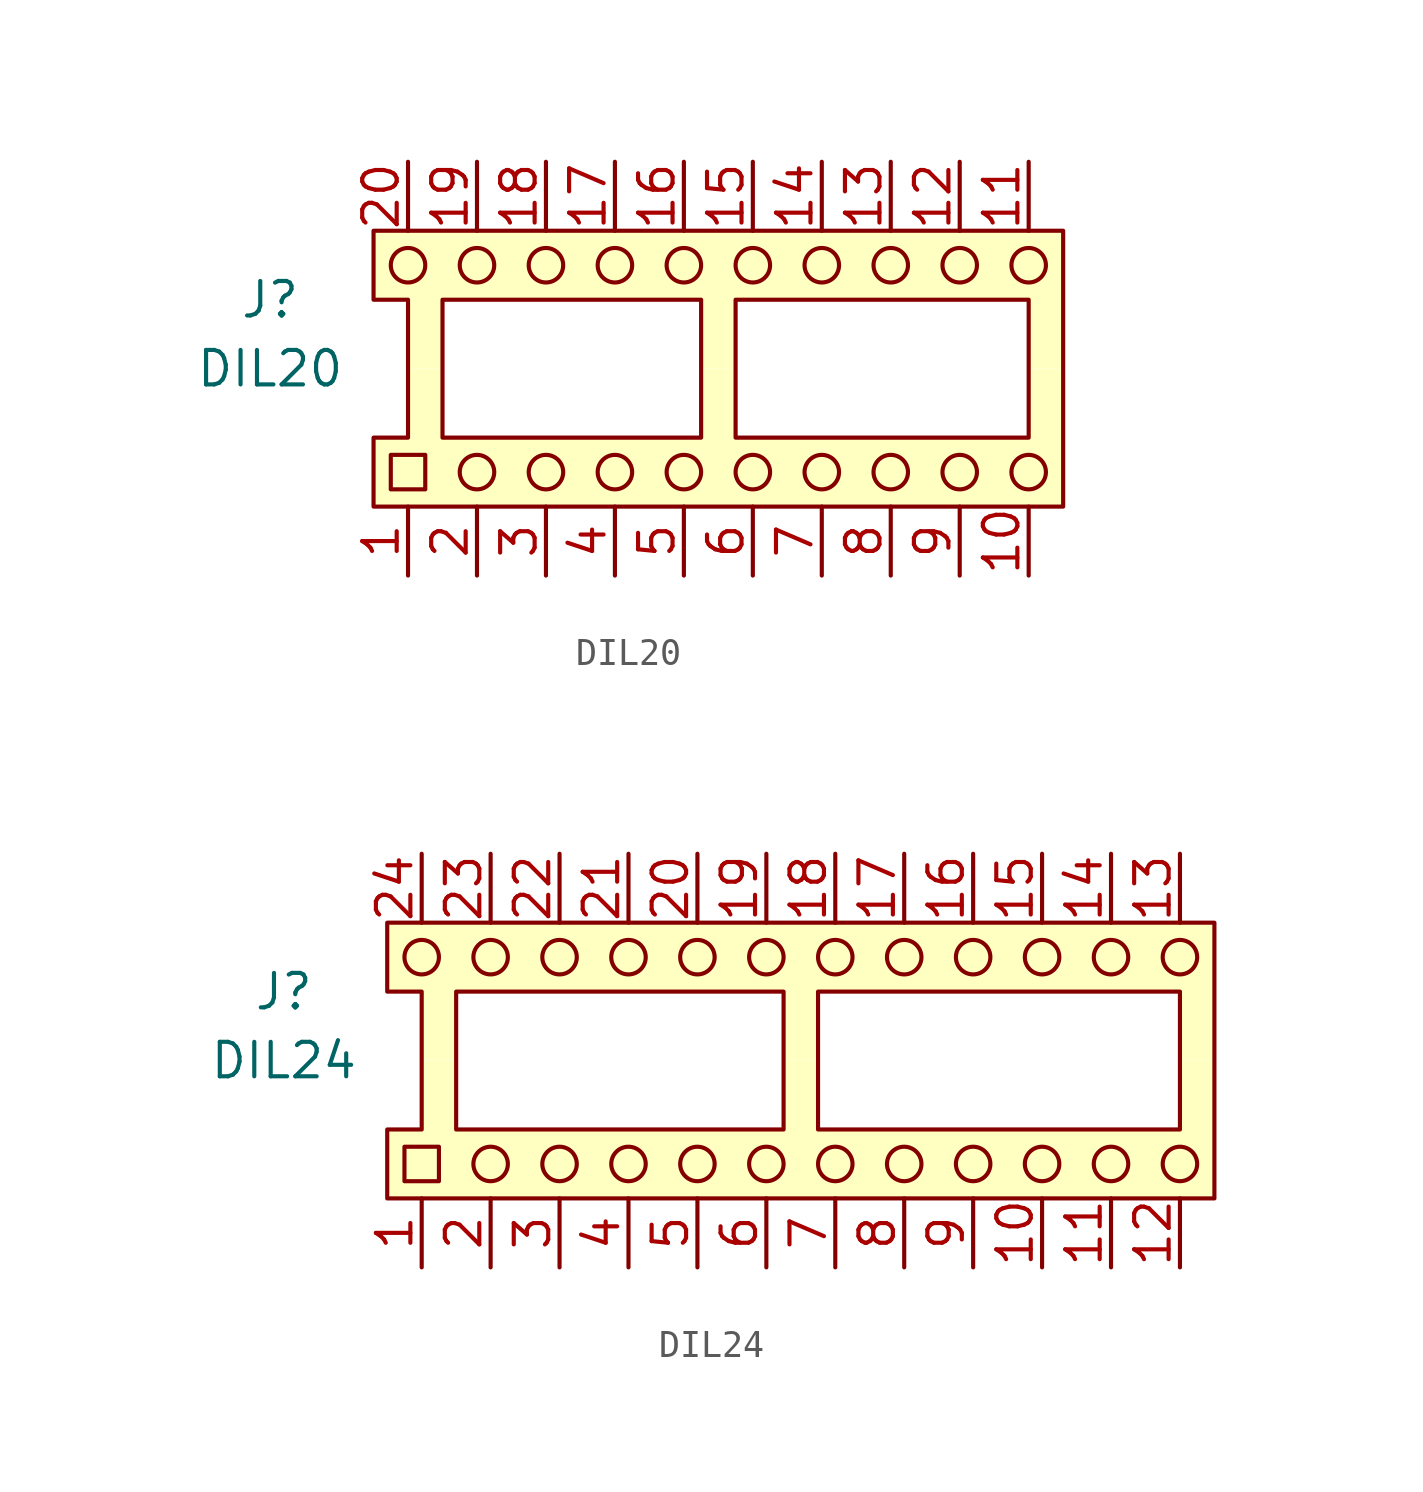
<source format=kicad_sym>
(kicad_symbol_lib
  (version 20220914)
  (generator kicad_symbol_editor)
  (symbol "DIL20"
    (pin_names hide)
    (property "Reference" "J"
      (at -15.24 2.54 0)
      (effects (font (size 1.27 1.27))))
    (property "Value" "DIL20"
      (at -15.24 0 0)
      (effects (font (size 1.27 1.27))))
    (symbol "DIL20_0_0"
      (pin passive line (at -10.16 -7.62 90) (length 2.54) (name "~" (effects (font (size 1.27 1.27)))) (number "1" (effects (font (size 1.27 1.27)))))
      (pin passive line (at 12.7 -7.62 90) (length 2.54) (name "~" (effects (font (size 1.27 1.27)))) (number "10" (effects (font (size 1.27 1.27)))))
      (pin passive line (at 12.7 7.62 270) (length 2.54) (name "~" (effects (font (size 1.27 1.27)))) (number "11" (effects (font (size 1.27 1.27)))))
      (pin passive line (at 10.16 7.62 270) (length 2.54) (name "~" (effects (font (size 1.27 1.27)))) (number "12" (effects (font (size 1.27 1.27)))))
      (pin passive line (at 7.62 7.62 270) (length 2.54) (name "~" (effects (font (size 1.27 1.27)))) (number "13" (effects (font (size 1.27 1.27)))))
      (pin passive line (at 5.08 7.62 270) (length 2.54) (name "~" (effects (font (size 1.27 1.27)))) (number "14" (effects (font (size 1.27 1.27)))))
      (pin passive line (at 2.54 7.62 270) (length 2.54) (name "~" (effects (font (size 1.27 1.27)))) (number "15" (effects (font (size 1.27 1.27)))))
      (pin passive line (at 0 7.62 270) (length 2.54) (name "~" (effects (font (size 1.27 1.27)))) (number "16" (effects (font (size 1.27 1.27)))))
      (pin passive line (at -2.54 7.62 270) (length 2.54) (name "~" (effects (font (size 1.27 1.27)))) (number "17" (effects (font (size 1.27 1.27)))))
      (pin passive line (at -5.08 7.62 270) (length 2.54) (name "~" (effects (font (size 1.27 1.27)))) (number "18" (effects (font (size 1.27 1.27)))))
      (pin passive line (at -7.62 7.62 270) (length 2.54) (name "~" (effects (font (size 1.27 1.27)))) (number "19" (effects (font (size 1.27 1.27)))))
      (pin passive line (at -7.62 -7.62 90) (length 2.54) (name "~" (effects (font (size 1.27 1.27)))) (number "2" (effects (font (size 1.27 1.27)))))
      (pin passive line (at -10.16 7.62 270) (length 2.54) (name "~" (effects (font (size 1.27 1.27)))) (number "20" (effects (font (size 1.27 1.27)))))
      (pin passive line (at -5.08 -7.62 90) (length 2.54) (name "~" (effects (font (size 1.27 1.27)))) (number "3" (effects (font (size 1.27 1.27)))))
      (pin passive line (at -2.54 -7.62 90) (length 2.54) (name "~" (effects (font (size 1.27 1.27)))) (number "4" (effects (font (size 1.27 1.27)))))
      (pin passive line (at 0 -7.62 90) (length 2.54) (name "~" (effects (font (size 1.27 1.27)))) (number "5" (effects (font (size 1.27 1.27)))))
      (pin passive line (at 2.54 -7.62 90) (length 2.54) (name "~" (effects (font (size 1.27 1.27)))) (number "6" (effects (font (size 1.27 1.27)))))
      (pin passive line (at 5.08 -7.62 90) (length 2.54) (name "~" (effects (font (size 1.27 1.27)))) (number "7" (effects (font (size 1.27 1.27)))))
      (pin passive line (at 7.62 -7.62 90) (length 2.54) (name "~" (effects (font (size 1.27 1.27)))) (number "8" (effects (font (size 1.27 1.27)))))
      (pin passive line (at 10.16 -7.62 90) (length 2.54) (name "~" (effects (font (size 1.27 1.27)))) (number "9" (effects (font (size 1.27 1.27))))))
    (symbol "DIL20_0_1"
      (rectangle (start -10.795 -3.175) (end -9.525 -4.445) (stroke (width 0) (type default)) (fill (type none)))
      (rectangle (start -8.89 2.54) (end 0.635 -2.54) (stroke (width 0) (type default)) (fill (type none)))
      (polyline (pts (xy 13.97 5.08) (xy -11.43 5.08) (xy -11.43 2.54) (xy -10.16 2.54) (xy -10.16 -2.54) (xy -11.43 -2.54) (xy -11.43 -5.08) (xy 13.97 -5.08) (xy 13.97 5.08)) (stroke (width 0) (type default)) (fill (type none)))
      (polyline (pts (xy -10.16 0) (xy -8.89 0) (xy -8.89 -2.54) (xy 0.635 -2.54) (xy 0.635 0) (xy 1.905 0) (xy 1.905 -2.54) (xy 12.7 -2.54) (xy 12.7 0) (xy 13.97 0) (xy 13.97 -5.08) (xy -11.43 -5.08) (xy -11.43 -2.54) (xy -10.16 -2.54) (xy -10.16 0)) (stroke (width -0.025) (type default)) (fill (type background)))
      (polyline (pts (xy -10.16 0) (xy -8.89 0) (xy -8.89 2.54) (xy 0.635 2.54) (xy 0.635 0) (xy 1.905 0) (xy 1.905 2.54) (xy 12.7 2.54) (xy 12.7 0) (xy 13.97 0) (xy 13.97 5.08) (xy -11.43 5.08) (xy -11.43 2.54) (xy -10.16 2.54) (xy -10.16 0)) (stroke (width -0.025) (type default)) (fill (type background)))
      (rectangle (start 1.905 2.54) (end 12.7 -2.54) (stroke (width 0) (type default)) (fill (type none)))
      (circle (center 12.7 -3.81) (radius 0.635) (stroke (width 0) (type default)) (fill (type none)))
      (circle (center 12.7 3.81) (radius 0.635) (stroke (width 0) (type default)) (fill (type none))))
    (symbol "DIL20_1_1"
      (circle (center -10.16 3.81) (radius 0.635) (stroke (width 0) (type default)) (fill (type none)))
      (circle (center -7.62 -3.81) (radius 0.635) (stroke (width 0) (type default)) (fill (type none)))
      (circle (center -7.62 3.81) (radius 0.635) (stroke (width 0) (type default)) (fill (type none)))
      (circle (center -5.08 -3.81) (radius 0.635) (stroke (width 0) (type default)) (fill (type none)))
      (circle (center -5.08 3.81) (radius 0.635) (stroke (width 0) (type default)) (fill (type none)))
      (circle (center -2.54 -3.81) (radius 0.635) (stroke (width 0) (type default)) (fill (type none)))
      (circle (center -2.54 3.81) (radius 0.635) (stroke (width 0) (type default)) (fill (type none)))
      (circle (center 0 -3.81) (radius 0.635) (stroke (width 0) (type default)) (fill (type none)))
      (circle (center 0 3.81) (radius 0.635) (stroke (width 0) (type default)) (fill (type none)))
      (circle (center 2.54 -3.81) (radius 0.635) (stroke (width 0) (type default)) (fill (type none)))
      (circle (center 2.54 3.81) (radius 0.635) (stroke (width 0) (type default)) (fill (type none)))
      (circle (center 5.08 -3.81) (radius 0.635) (stroke (width 0) (type default)) (fill (type none)))
      (circle (center 5.08 3.81) (radius 0.635) (stroke (width 0) (type default)) (fill (type none)))
      (circle (center 7.62 -3.81) (radius 0.635) (stroke (width 0) (type default)) (fill (type none)))
      (circle (center 7.62 3.81) (radius 0.635) (stroke (width 0) (type default)) (fill (type none)))
      (circle (center 10.16 -3.81) (radius 0.635) (stroke (width 0) (type default)) (fill (type none)))
      (circle (center 10.16 3.81) (radius 0.635) (stroke (width 0) (type default)) (fill (type none)))))
  (symbol "DIL24"
    (pin_names hide)
    (property "Reference" "J"
      (at -17.78 2.54 0)
      (effects (font (size 1.27 1.27))))
    (property "Value" "DIL24"
      (at -17.78 0 0)
      (effects (font (size 1.27 1.27))))
    (symbol "DIL24_0_0"
      (pin passive line (at -12.7 -7.62 90) (length 2.54) (name "~" (effects (font (size 1.27 1.27)))) (number "1" (effects (font (size 1.27 1.27)))))
      (pin passive line (at 10.16 -7.62 90) (length 2.54) (name "~" (effects (font (size 1.27 1.27)))) (number "10" (effects (font (size 1.27 1.27)))))
      (pin passive line (at 12.7 -7.62 90) (length 2.54) (name "~" (effects (font (size 1.27 1.27)))) (number "11" (effects (font (size 1.27 1.27)))))
      (pin passive line (at 15.24 -7.62 90) (length 2.54) (name "~" (effects (font (size 1.27 1.27)))) (number "12" (effects (font (size 1.27 1.27)))))
      (pin passive line (at 15.24 7.62 270) (length 2.54) (name "~" (effects (font (size 1.27 1.27)))) (number "13" (effects (font (size 1.27 1.27)))))
      (pin passive line (at 12.7 7.62 270) (length 2.54) (name "~" (effects (font (size 1.27 1.27)))) (number "14" (effects (font (size 1.27 1.27)))))
      (pin passive line (at 10.16 7.62 270) (length 2.54) (name "~" (effects (font (size 1.27 1.27)))) (number "15" (effects (font (size 1.27 1.27)))))
      (pin passive line (at 7.62 7.62 270) (length 2.54) (name "~" (effects (font (size 1.27 1.27)))) (number "16" (effects (font (size 1.27 1.27)))))
      (pin passive line (at 5.08 7.62 270) (length 2.54) (name "~" (effects (font (size 1.27 1.27)))) (number "17" (effects (font (size 1.27 1.27)))))
      (pin passive line (at 2.54 7.62 270) (length 2.54) (name "~" (effects (font (size 1.27 1.27)))) (number "18" (effects (font (size 1.27 1.27)))))
      (pin passive line (at 0 7.62 270) (length 2.54) (name "~" (effects (font (size 1.27 1.27)))) (number "19" (effects (font (size 1.27 1.27)))))
      (pin passive line (at -10.16 -7.62 90) (length 2.54) (name "~" (effects (font (size 1.27 1.27)))) (number "2" (effects (font (size 1.27 1.27)))))
      (pin passive line (at -2.54 7.62 270) (length 2.54) (name "~" (effects (font (size 1.27 1.27)))) (number "20" (effects (font (size 1.27 1.27)))))
      (pin passive line (at -5.08 7.62 270) (length 2.54) (name "~" (effects (font (size 1.27 1.27)))) (number "21" (effects (font (size 1.27 1.27)))))
      (pin passive line (at -7.62 7.62 270) (length 2.54) (name "~" (effects (font (size 1.27 1.27)))) (number "22" (effects (font (size 1.27 1.27)))))
      (pin passive line (at -10.16 7.62 270) (length 2.54) (name "~" (effects (font (size 1.27 1.27)))) (number "23" (effects (font (size 1.27 1.27)))))
      (pin passive line (at -12.7 7.62 270) (length 2.54) (name "~" (effects (font (size 1.27 1.27)))) (number "24" (effects (font (size 1.27 1.27)))))
      (pin passive line (at -7.62 -7.62 90) (length 2.54) (name "~" (effects (font (size 1.27 1.27)))) (number "3" (effects (font (size 1.27 1.27)))))
      (pin passive line (at -5.08 -7.62 90) (length 2.54) (name "~" (effects (font (size 1.27 1.27)))) (number "4" (effects (font (size 1.27 1.27)))))
      (pin passive line (at -2.54 -7.62 90) (length 2.54) (name "~" (effects (font (size 1.27 1.27)))) (number "5" (effects (font (size 1.27 1.27)))))
      (pin passive line (at 0 -7.62 90) (length 2.54) (name "~" (effects (font (size 1.27 1.27)))) (number "6" (effects (font (size 1.27 1.27)))))
      (pin passive line (at 2.54 -7.62 90) (length 2.54) (name "~" (effects (font (size 1.27 1.27)))) (number "7" (effects (font (size 1.27 1.27)))))
      (pin passive line (at 5.08 -7.62 90) (length 2.54) (name "~" (effects (font (size 1.27 1.27)))) (number "8" (effects (font (size 1.27 1.27)))))
      (pin passive line (at 7.62 -7.62 90) (length 2.54) (name "~" (effects (font (size 1.27 1.27)))) (number "9" (effects (font (size 1.27 1.27))))))
    (symbol "DIL24_0_1"
      (rectangle (start -13.335 -3.175) (end -12.065 -4.445) (stroke (width 0) (type default)) (fill (type none)))
      (rectangle (start -11.43 2.54) (end 0.635 -2.54) (stroke (width 0) (type default)) (fill (type none)))
      (polyline (pts (xy 16.51 5.08) (xy -13.97 5.08) (xy -13.97 2.54) (xy -12.7 2.54) (xy -12.7 -2.54) (xy -13.97 -2.54) (xy -13.97 -5.08) (xy 16.51 -5.08) (xy 16.51 5.08)) (stroke (width 0) (type default)) (fill (type none)))
      (polyline (pts (xy -12.7 0) (xy -11.43 0) (xy -11.43 -2.54) (xy 0.635 -2.54) (xy 0.635 0) (xy 1.905 0) (xy 1.905 -2.54) (xy 15.24 -2.54) (xy 15.24 0) (xy 16.51 0) (xy 16.51 -5.08) (xy -13.97 -5.08) (xy -13.97 -2.54) (xy -12.7 -2.54) (xy -12.7 0)) (stroke (width -0.025) (type default)) (fill (type background)))
      (polyline (pts (xy -12.7 0) (xy -11.43 0) (xy -11.43 2.54) (xy 0.635 2.54) (xy 0.635 0) (xy 1.905 0) (xy 1.905 2.54) (xy 15.24 2.54) (xy 15.24 0) (xy 16.51 0) (xy 16.51 5.08) (xy -13.97 5.08) (xy -13.97 2.54) (xy -12.7 2.54) (xy -12.7 0)) (stroke (width -0.025) (type default)) (fill (type background)))
      (rectangle (start 1.905 2.54) (end 15.24 -2.54) (stroke (width 0) (type default)) (fill (type none)))
      (circle (center 10.16 -3.81) (radius 0.635) (stroke (width 0) (type default)) (fill (type none)))
      (circle (center 10.16 3.81) (radius 0.635) (stroke (width 0) (type default)) (fill (type none))))
    (symbol "DIL24_1_1"
      (circle (center -12.7 3.81) (radius 0.635) (stroke (width 0) (type default)) (fill (type none)))
      (circle (center -10.16 -3.81) (radius 0.635) (stroke (width 0) (type default)) (fill (type none)))
      (circle (center -10.16 3.81) (radius 0.635) (stroke (width 0) (type default)) (fill (type none)))
      (circle (center -7.62 -3.81) (radius 0.635) (stroke (width 0) (type default)) (fill (type none)))
      (circle (center -7.62 3.81) (radius 0.635) (stroke (width 0) (type default)) (fill (type none)))
      (circle (center -5.08 -3.81) (radius 0.635) (stroke (width 0) (type default)) (fill (type none)))
      (circle (center -5.08 3.81) (radius 0.635) (stroke (width 0) (type default)) (fill (type none)))
      (circle (center -2.54 -3.81) (radius 0.635) (stroke (width 0) (type default)) (fill (type none)))
      (circle (center -2.54 3.81) (radius 0.635) (stroke (width 0) (type default)) (fill (type none)))
      (circle (center 0 -3.81) (radius 0.635) (stroke (width 0) (type default)) (fill (type none)))
      (circle (center 0 3.81) (radius 0.635) (stroke (width 0) (type default)) (fill (type none)))
      (circle (center 2.54 -3.81) (radius 0.635) (stroke (width 0) (type default)) (fill (type none)))
      (circle (center 2.54 3.81) (radius 0.635) (stroke (width 0) (type default)) (fill (type none)))
      (circle (center 5.08 -3.81) (radius 0.635) (stroke (width 0) (type default)) (fill (type none)))
      (circle (center 5.08 3.81) (radius 0.635) (stroke (width 0) (type default)) (fill (type none)))
      (circle (center 7.62 -3.81) (radius 0.635) (stroke (width 0) (type default)) (fill (type none)))
      (circle (center 7.62 3.81) (radius 0.635) (stroke (width 0) (type default)) (fill (type none)))
      (circle (center 12.7 -3.81) (radius 0.635) (stroke (width 0) (type default)) (fill (type none)))
      (circle (center 12.7 3.81) (radius 0.635) (stroke (width 0) (type default)) (fill (type none)))
      (circle (center 15.24 -3.81) (radius 0.635) (stroke (width 0) (type default)) (fill (type none)))
      (circle (center 15.24 3.81) (radius 0.635) (stroke (width 0) (type default)) (fill (type none))))))
</source>
